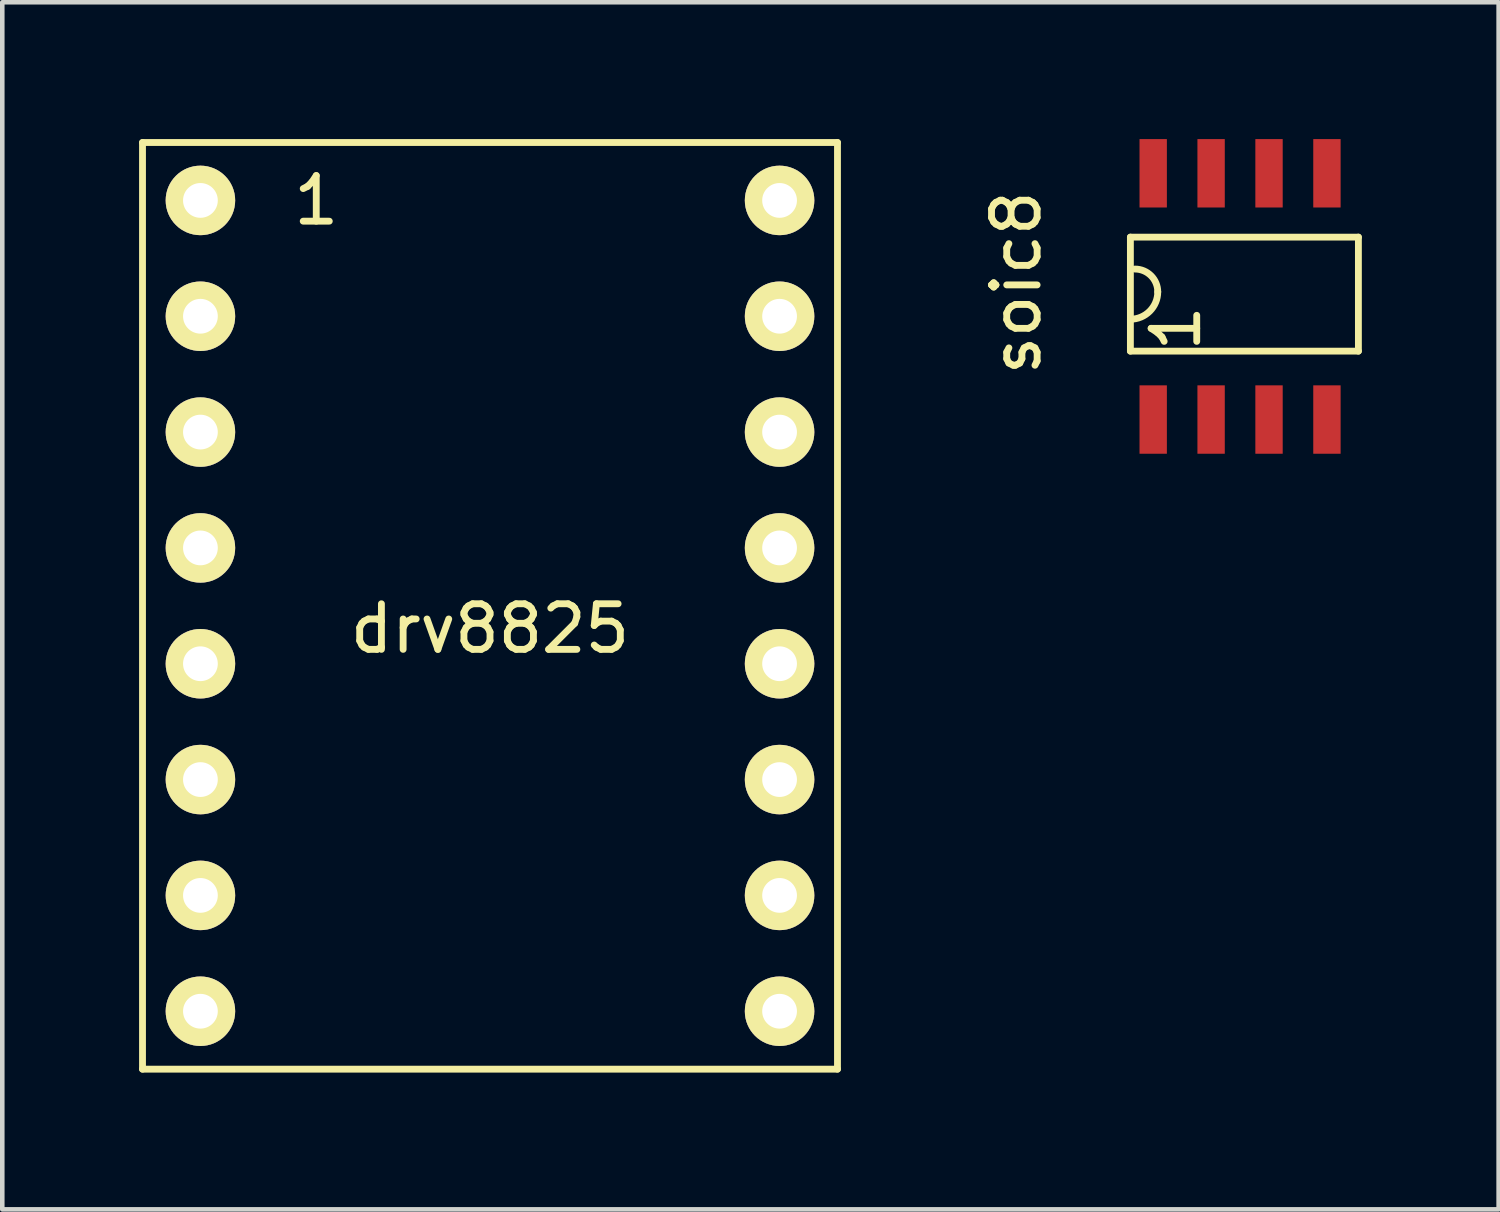
<source format=kicad_pcb>
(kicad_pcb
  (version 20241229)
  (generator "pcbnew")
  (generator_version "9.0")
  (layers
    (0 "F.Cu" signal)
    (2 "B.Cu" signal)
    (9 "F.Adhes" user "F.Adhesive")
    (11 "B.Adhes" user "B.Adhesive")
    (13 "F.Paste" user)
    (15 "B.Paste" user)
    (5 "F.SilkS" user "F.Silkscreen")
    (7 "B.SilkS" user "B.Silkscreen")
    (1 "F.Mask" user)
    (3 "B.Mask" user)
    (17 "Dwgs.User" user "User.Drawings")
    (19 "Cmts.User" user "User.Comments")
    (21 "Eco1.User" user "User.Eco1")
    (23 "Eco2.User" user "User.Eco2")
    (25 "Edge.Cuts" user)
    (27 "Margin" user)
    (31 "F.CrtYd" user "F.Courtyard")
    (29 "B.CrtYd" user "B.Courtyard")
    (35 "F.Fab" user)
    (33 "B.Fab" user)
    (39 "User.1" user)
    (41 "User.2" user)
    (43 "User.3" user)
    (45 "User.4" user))
  (footprint "drv8825"
    (layer "F.Cu")
    (at 7.695 10.235)
    (property "Reference" "drv8825" (at 0 0.5 0) (layer "F.SilkS") (effects (font (size 1 1) (thickness 0.15))))
    (attr through_hole)
    (fp_line (start -7.62 -10.16) (end 7.62 -10.16) (stroke (width 0.15) (type solid)) (layer "F.SilkS"))
    (fp_line (start -7.62 10.16) (end -7.62 -10.16) (stroke (width 0.15) (type solid)) (layer "F.SilkS"))
    (fp_line (start 7.62 -10.16) (end 7.62 10.16) (stroke (width 0.15) (type solid)) (layer "F.SilkS"))
    (fp_line (start 7.62 10.16) (end -7.62 10.16) (stroke (width 0.15) (type solid)) (layer "F.SilkS"))
    (fp_text user "1" (at -3.81 -8.89 0) (layer "F.SilkS") (effects (font (size 1 1) (thickness 0.15))))
    (pad "1" thru_hole circle (at -6.35 -8.89) (size 1.524 1.524) (drill 0.762) (layers "*.Cu" "*.Mask" "F.SilkS"))
    (pad "2" thru_hole circle (at -6.35 -6.35) (size 1.524 1.524) (drill 0.762) (layers "*.Cu" "*.Mask" "F.SilkS"))
    (pad "3" thru_hole circle (at -6.35 -3.81) (size 1.524 1.524) (drill 0.762) (layers "*.Cu" "*.Mask" "F.SilkS"))
    (pad "4" thru_hole circle (at -6.35 -1.27) (size 1.524 1.524) (drill 0.762) (layers "*.Cu" "*.Mask" "F.SilkS"))
    (pad "5" thru_hole circle (at -6.35 1.27) (size 1.524 1.524) (drill 0.762) (layers "*.Cu" "*.Mask" "F.SilkS"))
    (pad "6" thru_hole circle (at -6.35 3.81) (size 1.524 1.524) (drill 0.762) (layers "*.Cu" "*.Mask" "F.SilkS"))
    (pad "7" thru_hole circle (at -6.35 6.35) (size 1.524 1.524) (drill 0.762) (layers "*.Cu" "*.Mask" "F.SilkS"))
    (pad "8" thru_hole circle (at -6.35 8.89) (size 1.524 1.524) (drill 0.762) (layers "*.Cu" "*.Mask" "F.SilkS"))
    (pad "9" thru_hole circle (at 6.35 8.89) (size 1.524 1.524) (drill 0.762) (layers "*.Cu" "*.Mask" "F.SilkS"))
    (pad "10" thru_hole circle (at 6.35 6.35) (size 1.524 1.524) (drill 0.762) (layers "*.Cu" "*.Mask" "F.SilkS"))
    (pad "11" thru_hole circle (at 6.35 3.81) (size 1.524 1.524) (drill 0.762) (layers "*.Cu" "*.Mask" "F.SilkS"))
    (pad "12" thru_hole circle (at 6.35 1.27) (size 1.524 1.524) (drill 0.762) (layers "*.Cu" "*.Mask" "F.SilkS"))
    (pad "13" thru_hole circle (at 6.35 -1.27) (size 1.524 1.524) (drill 0.762) (layers "*.Cu" "*.Mask" "F.SilkS"))
    (pad "14" thru_hole circle (at 6.35 -3.81) (size 1.524 1.524) (drill 0.762) (layers "*.Cu" "*.Mask" "F.SilkS"))
    (pad "15" thru_hole circle (at 6.35 -6.35) (size 1.524 1.524) (drill 0.762) (layers "*.Cu" "*.Mask" "F.SilkS"))
    (pad "16" thru_hole circle (at 6.35 -8.89) (size 1.524 1.524) (drill 0.762) (layers "*.Cu" "*.Mask" "F.SilkS")))
  (footprint "soic8"
    (layer "F.Cu")
    (at 25.238 4.15)
    (property "Reference" "soic8" (at -6 -1 90) (layer "F.SilkS") (effects (font (size 1 1) (thickness 0.15))))
    (attr through_hole)
    (fp_line (start -3.5 -2) (end 1.5 -2) (stroke (width 0.15) (type solid)) (layer "F.SilkS"))
    (fp_line (start -3.5 0.5) (end -3.5 -2) (stroke (width 0.15) (type solid)) (layer "F.SilkS"))
    (fp_line (start 1.5 -2) (end 1.5 0.5) (stroke (width 0.15) (type solid)) (layer "F.SilkS"))
    (fp_line (start 1.5 0.5) (end -3.5 0.5) (stroke (width 0.15) (type solid)) (layer "F.SilkS"))
    (fp_arc (start -3.4 -1.3) (mid -3.046447 -1.153553) (end -2.9 -0.8) (stroke (width 0.15) (type solid)) (layer "F.SilkS"))
    (fp_arc (start -2.9 -0.8) (mid -3.075736 -0.375736) (end -3.5 -0.2) (stroke (width 0.15) (type solid)) (layer "F.SilkS"))
    (fp_text user "1" (at -2.5 0 90) (layer "F.SilkS") (effects (font (size 1 1) (thickness 0.15))))
    (pad "1" smd rect (at -3 2) (size 0.6 1.5) (layers "F.Cu" "F.Mask" "F.Paste"))
    (pad "2" smd rect (at -1.73 2) (size 0.6 1.5) (layers "F.Cu" "F.Mask" "F.Paste"))
    (pad "3" smd rect (at -0.46 2) (size 0.6 1.5) (layers "F.Cu" "F.Mask" "F.Paste"))
    (pad "4" smd rect (at 0.81 2) (size 0.6 1.5) (layers "F.Cu" "F.Mask" "F.Paste"))
    (pad "5" smd rect (at 0.81 -3.4) (size 0.6 1.5) (layers "F.Cu" "F.Mask" "F.Paste"))
    (pad "6" smd rect (at -0.46 -3.4) (size 0.6 1.5) (layers "F.Cu" "F.Mask" "F.Paste"))
    (pad "7" smd rect (at -1.73 -3.4) (size 0.6 1.5) (layers "F.Cu" "F.Mask" "F.Paste"))
    (pad "8" smd rect (at -3 -3.4) (size 0.6 1.5) (layers "F.Cu" "F.Mask" "F.Paste")))
  (gr_rect
    (start -3 -3)
    (end 29.813 23.47)
    (stroke (width 0.1) (type default))
    (fill no)
    (layer "Edge.Cuts")))
</source>
